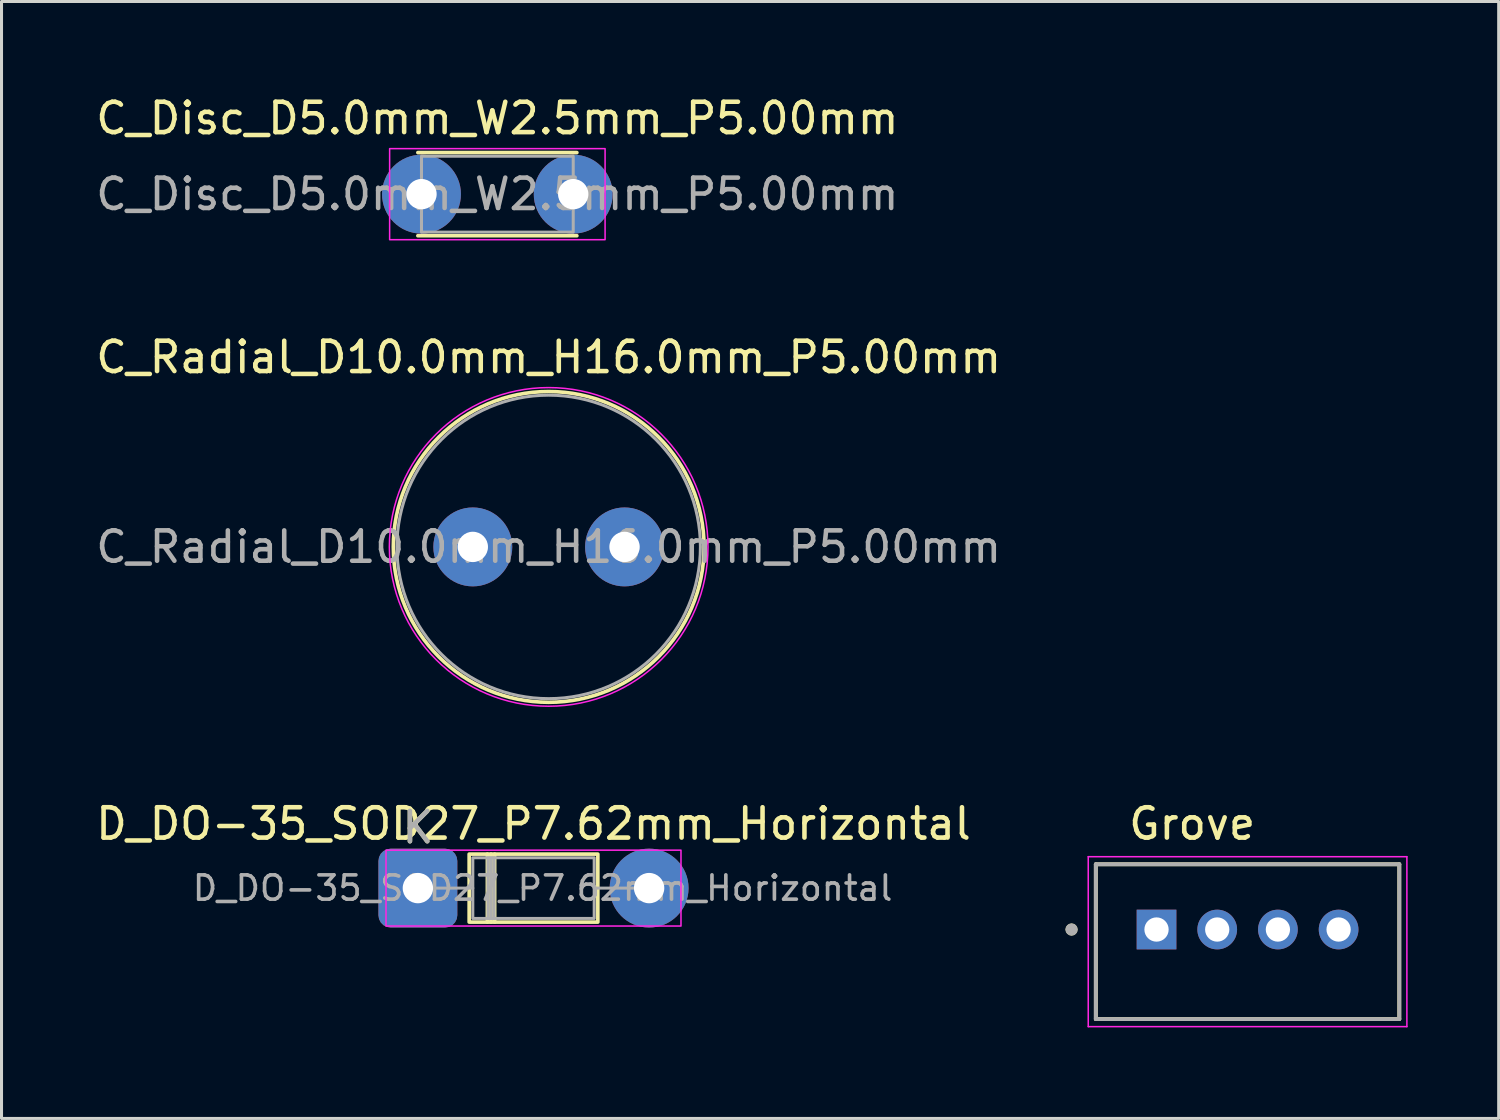
<source format=kicad_pcb>
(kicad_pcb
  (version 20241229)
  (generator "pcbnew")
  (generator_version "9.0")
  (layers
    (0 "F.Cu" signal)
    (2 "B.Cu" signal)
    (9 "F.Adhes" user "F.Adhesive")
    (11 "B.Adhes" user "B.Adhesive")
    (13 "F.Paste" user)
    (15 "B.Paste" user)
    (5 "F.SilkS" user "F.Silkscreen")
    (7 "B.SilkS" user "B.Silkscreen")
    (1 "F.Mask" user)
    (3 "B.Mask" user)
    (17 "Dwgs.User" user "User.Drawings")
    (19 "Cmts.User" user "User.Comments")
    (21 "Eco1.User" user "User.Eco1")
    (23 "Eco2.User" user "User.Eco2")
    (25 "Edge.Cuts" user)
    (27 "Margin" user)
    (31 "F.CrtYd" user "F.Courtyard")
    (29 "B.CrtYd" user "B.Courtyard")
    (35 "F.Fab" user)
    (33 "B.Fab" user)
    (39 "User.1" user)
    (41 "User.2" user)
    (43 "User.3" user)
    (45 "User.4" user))
  (footprint "D_DO-35_SOD27_P7.62mm_Horizontal"
    (layer "F.Cu")
    (at 10.72 26.215)
    (property "Reference" "D_DO-35_SOD27_P7.62mm_Horizontal" (at 3.81 -2.12 0) (layer "F.SilkS") (effects (font (size 1 1) (thickness 0.15))))
    (attr through_hole)
    (fp_line (start 2.29 -1.12) (end 2.29 1.12) (stroke (width 0.12) (type solid)) (layer "F.SilkS"))
    (fp_line (start 2.41 -1.12) (end 2.41 1.12) (stroke (width 0.12) (type solid)) (layer "F.SilkS"))
    (fp_line (start 2.53 -1.12) (end 2.53 1.12) (stroke (width 0.12) (type solid)) (layer "F.SilkS"))
    (fp_rect (start 1.69 -1.12) (end 5.93 1.12) (stroke (width 0.12) (type solid)) (fill no) (layer "F.SilkS"))
    (fp_rect (start -1.05 -1.25) (end 8.67 1.25) (stroke (width 0.05) (type solid)) (fill no) (layer "F.CrtYd"))
    (fp_line (start 0 0) (end 1.81 0) (stroke (width 0.1) (type solid)) (layer "F.Fab"))
    (fp_line (start 2.31 -1) (end 2.31 1) (stroke (width 0.1) (type solid)) (layer "F.Fab"))
    (fp_line (start 2.41 -1) (end 2.41 1) (stroke (width 0.1) (type solid)) (layer "F.Fab"))
    (fp_line (start 2.51 -1) (end 2.51 1) (stroke (width 0.1) (type solid)) (layer "F.Fab"))
    (fp_line (start 7.62 0) (end 5.81 0) (stroke (width 0.1) (type solid)) (layer "F.Fab"))
    (fp_rect (start 1.81 -1) (end 5.81 1) (stroke (width 0.1) (type solid)) (fill no) (layer "F.Fab"))
    (fp_text user "K" (at 0 -2 0) (layer "F.SilkS") (effects (font (size 1 1) (thickness 0.15))))
    (fp_text user "K" (at 0 -2 0) (layer "F.Fab") (effects (font (size 1 1) (thickness 0.15))))
    (fp_text user "${REFERENCE}" (at 4.11 0 0) (layer "F.Fab") (effects (font (size 0.8 0.8) (thickness 0.12))))
    (pad "1" thru_hole roundrect (at 0 0) (size 2.6 2.6) (drill 1) (layers "*.Cu" "*.Mask") (roundrect_rratio 0.156))
    (pad "2" thru_hole circle (at 7.62 0) (size 2.6 2.6) (drill 1) (layers "*.Cu" "*.Mask")))
  (footprint "C_Disc_D5.0mm_W2.5mm_P5.00mm"
    (layer "F.Cu")
    (at 10.839 3.348)
    (property "Reference" "C_Disc_D5.0mm_W2.5mm_P5.00mm" (at 2.5 -2.5 0) (layer "F.SilkS") (effects (font (size 1 1) (thickness 0.15))))
    (attr through_hole)
    (fp_line (start -0.12 -1.37) (end 5.12 -1.37) (stroke (width 0.12) (type solid)) (layer "F.SilkS"))
    (fp_line (start -0.12 1.37) (end 5.12 1.37) (stroke (width 0.12) (type solid)) (layer "F.SilkS"))
    (fp_rect (start -1.05 -1.5) (end 6.05 1.5) (stroke (width 0.05) (type solid)) (fill no) (layer "F.CrtYd"))
    (fp_rect (start 0 -1.25) (end 5 1.25) (stroke (width 0.1) (type solid)) (fill no) (layer "F.Fab"))
    (fp_text user "${REFERENCE}" (at 2.5 0 0) (layer "F.Fab") (effects (font (size 1 1) (thickness 0.15))))
    (pad "1" thru_hole circle (at 0 0) (size 2.6 2.6) (drill 1) (layers "*.Cu" "*.Mask"))
    (pad "2" thru_hole circle (at 5 0) (size 2.6 2.6) (drill 1) (layers "*.Cu" "*.Mask")))
  (footprint "Grove"
    (layer "F.Cu")
    (at 38.06 27.58)
    (property "Reference" "Grove" (at -1.825 -3.485 0) (layer "F.SilkS") (effects (font (size 1 1) (thickness 0.15))))
    (attr through_hole)
    (fp_line (start -5 -2.15) (end 5 -2.15) (stroke (width 0.127) (type solid)) (layer "F.SilkS"))
    (fp_line (start -5 2.95) (end -5 -2.15) (stroke (width 0.127) (type solid)) (layer "F.SilkS"))
    (fp_line (start 5 -2.15) (end 5 2.95) (stroke (width 0.127) (type solid)) (layer "F.SilkS"))
    (fp_line (start 5 2.95) (end -5 2.95) (stroke (width 0.127) (type solid)) (layer "F.SilkS"))
    (fp_circle (center -5.8 0) (end -5.7 0) (stroke (width 0.2) (type solid)) (fill no) (layer "F.SilkS"))
    (fp_line (start -5.25 -2.4) (end 5.25 -2.4) (stroke (width 0.05) (type solid)) (layer "F.CrtYd"))
    (fp_line (start -5.25 3.2) (end -5.25 -2.4) (stroke (width 0.05) (type solid)) (layer "F.CrtYd"))
    (fp_line (start 5.25 -2.4) (end 5.25 3.2) (stroke (width 0.05) (type solid)) (layer "F.CrtYd"))
    (fp_line (start 5.25 3.2) (end -5.25 3.2) (stroke (width 0.05) (type solid)) (layer "F.CrtYd"))
    (fp_line (start -5 -2.15) (end 5 -2.15) (stroke (width 0.127) (type solid)) (layer "F.Fab"))
    (fp_line (start -5 2.95) (end -5 -2.15) (stroke (width 0.127) (type solid)) (layer "F.Fab"))
    (fp_line (start 5 -2.15) (end 5 2.95) (stroke (width 0.127) (type solid)) (layer "F.Fab"))
    (fp_line (start 5 2.95) (end -5 2.95) (stroke (width 0.127) (type solid)) (layer "F.Fab"))
    (fp_circle (center -5.8 0) (end -5.7 0) (stroke (width 0.2) (type solid)) (fill no) (layer "F.Fab"))
    (pad "1" thru_hole rect (at -3 0) (size 1.308 1.308) (drill 0.8) (layers "*.Cu" "*.Mask"))
    (pad "2" thru_hole circle (at -1 0) (size 1.308 1.308) (drill 0.8) (layers "*.Cu" "*.Mask"))
    (pad "3" thru_hole circle (at 1 0) (size 1.308 1.308) (drill 0.8) (layers "*.Cu" "*.Mask"))
    (pad "4" thru_hole circle (at 3 0) (size 1.308 1.308) (drill 0.8) (layers "*.Cu" "*.Mask")))
  (footprint "C_Radial_D10.0mm_H16.0mm_P5.00mm"
    (layer "F.Cu")
    (at 12.53 14.972)
    (property "Reference" "C_Radial_D10.0mm_H16.0mm_P5.00mm" (at 2.5 -6.25 0) (layer "F.SilkS") (effects (font (size 1 1) (thickness 0.15))))
    (attr through_hole)
    (fp_circle (center 2.5 0) (end 7.62 0) (stroke (width 0.12) (type solid)) (fill no) (layer "F.SilkS"))
    (fp_circle (center 2.5 0) (end 7.75 0) (stroke (width 0.05) (type solid)) (fill no) (layer "F.CrtYd"))
    (fp_circle (center 2.5 0) (end 7.5 0) (stroke (width 0.1) (type solid)) (fill no) (layer "F.Fab"))
    (fp_text user "${REFERENCE}" (at 2.5 0 0) (layer "F.Fab") (effects (font (size 1 1) (thickness 0.15))))
    (pad "1" thru_hole circle (at 0 0) (size 2.6 2.6) (drill 1) (layers "*.Cu" "*.Mask"))
    (pad "2" thru_hole circle (at 5 0) (size 2.6 2.6) (drill 1) (layers "*.Cu" "*.Mask")))
  (gr_rect
    (start -3 -3)
    (end 46.335 33.805)
    (stroke (width 0.1) (type default))
    (fill no)
    (layer "Edge.Cuts")))
</source>
